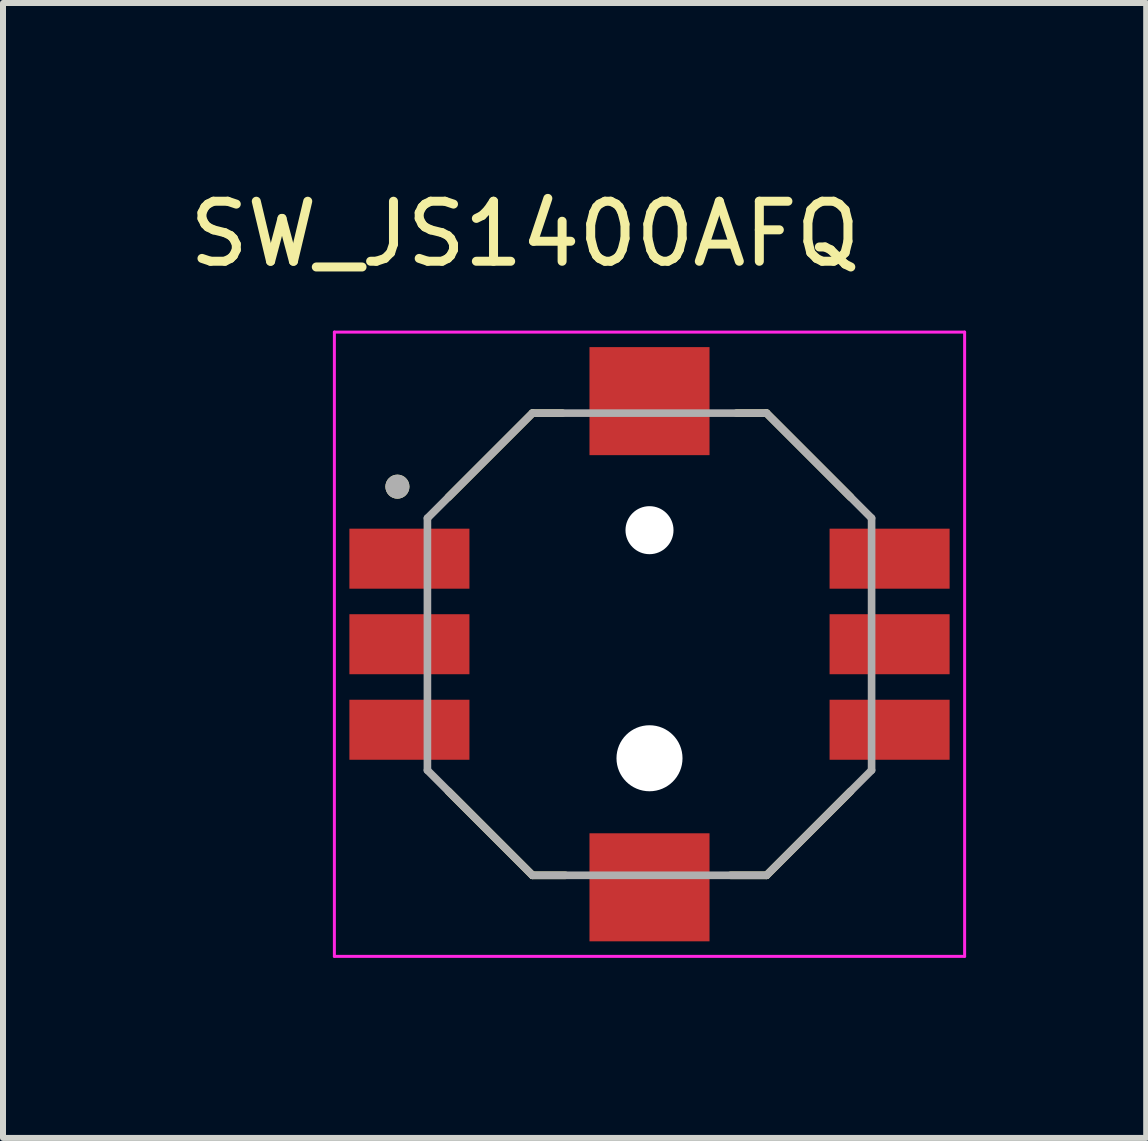
<source format=kicad_pcb>
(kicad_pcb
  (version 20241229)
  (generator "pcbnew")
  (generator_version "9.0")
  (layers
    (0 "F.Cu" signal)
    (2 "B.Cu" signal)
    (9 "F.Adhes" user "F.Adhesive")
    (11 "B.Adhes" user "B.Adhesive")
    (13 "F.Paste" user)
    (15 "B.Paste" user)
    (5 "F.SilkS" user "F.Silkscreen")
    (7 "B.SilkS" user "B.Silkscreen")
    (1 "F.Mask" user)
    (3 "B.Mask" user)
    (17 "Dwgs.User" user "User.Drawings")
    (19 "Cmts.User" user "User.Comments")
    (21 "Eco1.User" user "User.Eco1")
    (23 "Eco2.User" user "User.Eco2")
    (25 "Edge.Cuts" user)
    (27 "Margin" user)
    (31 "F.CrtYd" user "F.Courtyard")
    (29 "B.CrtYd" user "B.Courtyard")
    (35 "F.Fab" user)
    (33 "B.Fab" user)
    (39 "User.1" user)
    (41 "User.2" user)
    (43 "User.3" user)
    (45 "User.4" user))
  (footprint "SW_JS1400AFQ"
    (layer "F.Cu")
    (at 7.771 7.683)
    (property "Reference" "SW_JS1400AFQ" (at -2.075 -6.835 0) (layer "F.SilkS") (effects (font (size 1 1) (thickness 0.15))))
    (attr through_hole)
    (fp_line (start -1.95 -3.85) (end -3.35 -2.45) (stroke (width 0.127) (type solid)) (layer "F.SilkS"))
    (fp_line (start -1.95 3.85) (end -3.35 2.45) (stroke (width 0.127) (type solid)) (layer "F.SilkS"))
    (fp_line (start -1.45 -3.85) (end -1.95 -3.85) (stroke (width 0.127) (type solid)) (layer "F.SilkS"))
    (fp_line (start -1.4 3.85) (end -1.95 3.85) (stroke (width 0.127) (type solid)) (layer "F.SilkS"))
    (fp_line (start 1.35 3.85) (end 1.95 3.85) (stroke (width 0.127) (type solid)) (layer "F.SilkS"))
    (fp_line (start 1.45 -3.85) (end 1.95 -3.85) (stroke (width 0.127) (type solid)) (layer "F.SilkS"))
    (fp_line (start 1.95 -3.85) (end 3.35 -2.45) (stroke (width 0.127) (type solid)) (layer "F.SilkS"))
    (fp_line (start 1.95 3.85) (end 3.35 2.45) (stroke (width 0.127) (type solid)) (layer "F.SilkS"))
    (fp_circle (center -4.2 -2.625) (end -4.1 -2.625) (stroke (width 0.2) (type solid)) (fill no) (layer "F.SilkS"))
    (fp_line (start -5.25 -5.2) (end -5.25 5.2) (stroke (width 0.05) (type solid)) (layer "F.CrtYd"))
    (fp_line (start -5.25 5.2) (end 5.25 5.2) (stroke (width 0.05) (type solid)) (layer "F.CrtYd"))
    (fp_line (start 5.25 -5.2) (end -5.25 -5.2) (stroke (width 0.05) (type solid)) (layer "F.CrtYd"))
    (fp_line (start 5.25 5.2) (end 5.25 -5.2) (stroke (width 0.05) (type solid)) (layer "F.CrtYd"))
    (fp_line (start -3.7 -2.1) (end -1.95 -3.85) (stroke (width 0.127) (type solid)) (layer "F.Fab"))
    (fp_line (start -3.7 2.1) (end -3.7 -2.1) (stroke (width 0.127) (type solid)) (layer "F.Fab"))
    (fp_line (start -1.95 -3.85) (end 1.95 -3.85) (stroke (width 0.127) (type solid)) (layer "F.Fab"))
    (fp_line (start -1.95 3.85) (end -3.7 2.1) (stroke (width 0.127) (type solid)) (layer "F.Fab"))
    (fp_line (start 1.95 -3.85) (end 3.7 -2.1) (stroke (width 0.127) (type solid)) (layer "F.Fab"))
    (fp_line (start 1.95 3.85) (end -1.95 3.85) (stroke (width 0.127) (type solid)) (layer "F.Fab"))
    (fp_line (start 3.7 -2.1) (end 3.7 2.1) (stroke (width 0.127) (type solid)) (layer "F.Fab"))
    (fp_line (start 3.7 2.1) (end 1.95 3.85) (stroke (width 0.127) (type solid)) (layer "F.Fab"))
    (fp_circle (center -4.2 -2.625) (end -4.1 -2.625) (stroke (width 0.2) (type solid)) (fill no) (layer "F.Fab"))
    (pad "" np_thru_hole circle (at 0 -1.9) (size 0.8 0.8) (drill 0.8) (layers "*.Cu" "*.Mask"))
    (pad "" np_thru_hole circle (at 0 1.9) (size 1.1 1.1) (drill 1.1) (layers "*.Cu" "*.Mask"))
    (pad "1" smd rect (at -4 -1.425) (size 2 1) (layers "F.Cu" "F.Mask" "F.Paste"))
    (pad "2" smd rect (at -4 0) (size 2 1) (layers "F.Cu" "F.Mask" "F.Paste"))
    (pad "3" smd rect (at -4 1.425) (size 2 1) (layers "F.Cu" "F.Mask" "F.Paste"))
    (pad "4" smd rect (at 4 -1.425) (size 2 1) (layers "F.Cu" "F.Mask" "F.Paste"))
    (pad "5" smd rect (at 4 0) (size 2 1) (layers "F.Cu" "F.Mask" "F.Paste"))
    (pad "6" smd rect (at 4 1.425) (size 2 1) (layers "F.Cu" "F.Mask" "F.Paste"))
    (pad "G1" smd rect (at 0 -4.05) (size 2 1.8) (layers "F.Cu" "F.Mask" "F.Paste"))
    (pad "G2" smd rect (at 0 4.05) (size 2 1.8) (layers "F.Cu" "F.Mask" "F.Paste")))
  (gr_rect
    (start -3 -3)
    (end 16.046 15.908)
    (stroke (width 0.1) (type default))
    (fill no)
    (layer "Edge.Cuts")))
</source>
